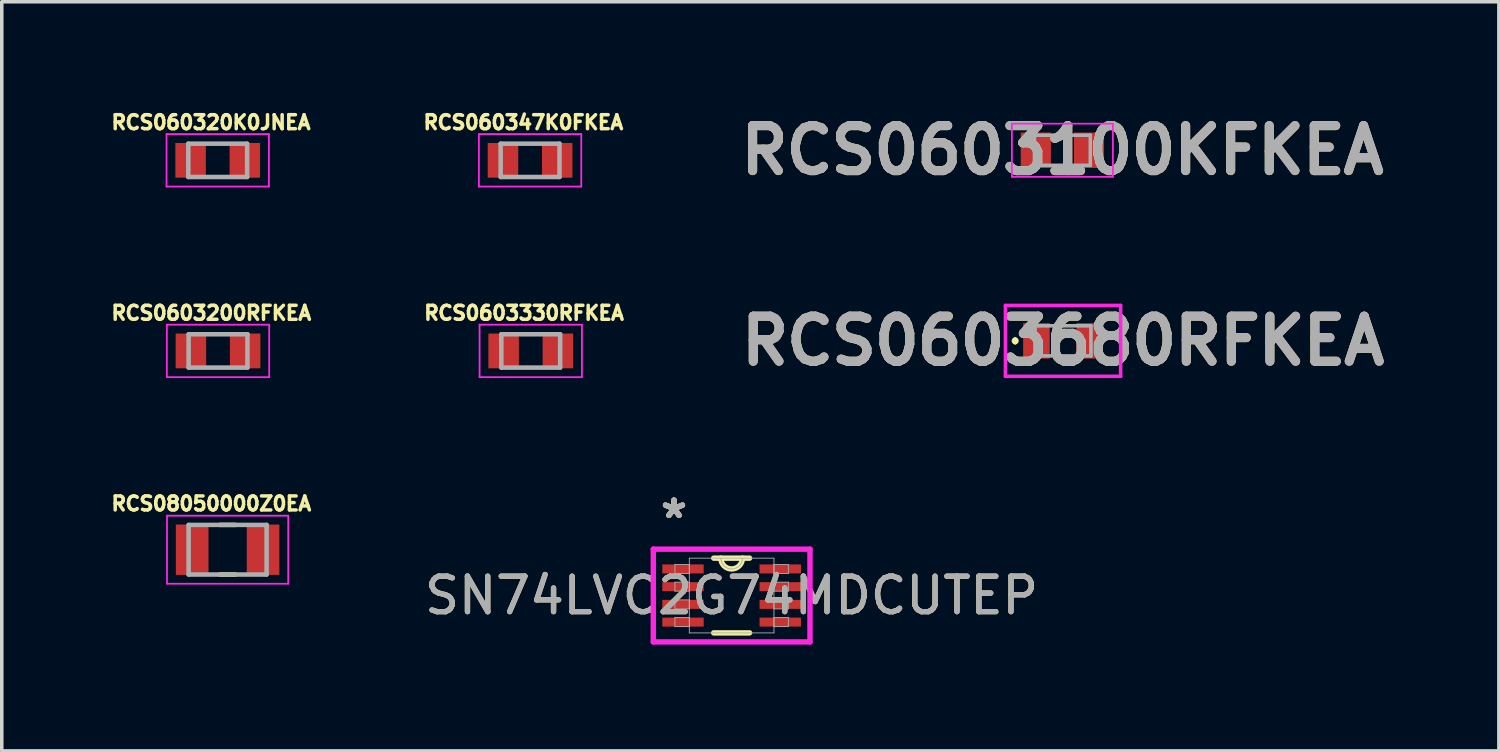
<source format=kicad_pcb>
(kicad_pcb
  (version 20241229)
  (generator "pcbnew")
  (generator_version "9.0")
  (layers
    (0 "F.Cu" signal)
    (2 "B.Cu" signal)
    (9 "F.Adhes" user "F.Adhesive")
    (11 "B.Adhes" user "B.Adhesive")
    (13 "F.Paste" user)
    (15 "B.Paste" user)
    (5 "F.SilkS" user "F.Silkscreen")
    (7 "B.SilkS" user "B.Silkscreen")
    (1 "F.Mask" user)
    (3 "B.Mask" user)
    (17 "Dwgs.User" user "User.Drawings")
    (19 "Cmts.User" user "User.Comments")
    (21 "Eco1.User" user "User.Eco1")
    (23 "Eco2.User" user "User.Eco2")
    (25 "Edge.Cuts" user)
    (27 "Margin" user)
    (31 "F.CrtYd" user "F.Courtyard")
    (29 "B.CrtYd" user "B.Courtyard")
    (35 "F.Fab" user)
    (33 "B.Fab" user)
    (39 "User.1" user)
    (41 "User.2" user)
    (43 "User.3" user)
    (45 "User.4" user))
  (footprint "RCS08050000Z0EA"
    (layer "F.Cu")
    (at 3.371 12.458)
    (property "Reference" "RCS08050000Z0EA" (at -0.46 -1.3 0) (layer "F.SilkS") (effects (font (size 0.394 0.394) (thickness 0.15))))
    (attr smd)
    (fp_line (start -0.22 -0.7) (end 0.22 -0.7) (stroke (width 0.127) (type solid)) (layer "F.SilkS"))
    (fp_line (start -0.22 0.7) (end 0.22 0.7) (stroke (width 0.127) (type solid)) (layer "F.SilkS"))
    (fp_line (start -1.71 -0.96) (end 1.71 -0.96) (stroke (width 0.05) (type solid)) (layer "F.CrtYd"))
    (fp_line (start -1.71 0.96) (end -1.71 -0.96) (stroke (width 0.05) (type solid)) (layer "F.CrtYd"))
    (fp_line (start -1.71 0.96) (end 1.71 0.96) (stroke (width 0.05) (type solid)) (layer "F.CrtYd"))
    (fp_line (start 1.71 0.96) (end 1.71 -0.96) (stroke (width 0.05) (type solid)) (layer "F.CrtYd"))
    (fp_line (start -1.1 0.7) (end -1.1 -0.7) (stroke (width 0.127) (type solid)) (layer "F.Fab"))
    (fp_line (start 1.1 -0.7) (end -1.1 -0.7) (stroke (width 0.127) (type solid)) (layer "F.Fab"))
    (fp_line (start 1.1 0.7) (end -1.1 0.7) (stroke (width 0.127) (type solid)) (layer "F.Fab"))
    (fp_line (start 1.1 0.7) (end 1.1 -0.7) (stroke (width 0.127) (type solid)) (layer "F.Fab"))
    (pad "1" smd rect (at -1 0) (size 0.92 1.42) (layers "F.Cu" "F.Mask" "F.Paste"))
    (pad "2" smd rect (at 1 0) (size 0.92 1.42) (layers "F.Cu" "F.Mask" "F.Paste")))
  (footprint "RCS0603330RFKEA"
    (layer "F.Cu")
    (at 11.923 6.85)
    (property "Reference" "RCS0603330RFKEA" (at -0.19 -1.07 0) (layer "F.SilkS") (effects (font (size 0.394 0.394) (thickness 0.15))))
    (attr smd)
    (fp_line (start -1.444 -0.74) (end 1.444 -0.74) (stroke (width 0.05) (type solid)) (layer "F.CrtYd"))
    (fp_line (start -1.444 0.74) (end -1.444 -0.74) (stroke (width 0.05) (type solid)) (layer "F.CrtYd"))
    (fp_line (start -1.444 0.74) (end 1.444 0.74) (stroke (width 0.05) (type solid)) (layer "F.CrtYd"))
    (fp_line (start 1.444 0.74) (end 1.444 -0.74) (stroke (width 0.05) (type solid)) (layer "F.CrtYd"))
    (fp_line (start -0.83 0.47) (end -0.83 -0.47) (stroke (width 0.127) (type solid)) (layer "F.Fab"))
    (fp_line (start 0.83 -0.47) (end -0.83 -0.47) (stroke (width 0.127) (type solid)) (layer "F.Fab"))
    (fp_line (start 0.83 0.47) (end -0.83 0.47) (stroke (width 0.127) (type solid)) (layer "F.Fab"))
    (fp_line (start 0.83 0.47) (end 0.83 -0.47) (stroke (width 0.127) (type solid)) (layer "F.Fab"))
    (pad "1" smd rect (at -0.765 0) (size 0.86 0.98) (layers "F.Cu" "F.Mask" "F.Paste"))
    (pad "2" smd rect (at 0.765 0) (size 0.86 0.98) (layers "F.Cu" "F.Mask" "F.Paste")))
  (footprint "RCS0603100KFKEA"
    (layer "F.Cu")
    (at 26.921 1.189)
    (property "Reference" "RCS0603100KFKEA" (at 0 0 0) (layer "F.SilkS") (effects (font (size 1.27 1.27) (thickness 0.254))))
    (attr smd)
    (fp_line (start -1.425 -0.75) (end 1.425 -0.75) (stroke (width 0.05) (type solid)) (layer "F.CrtYd"))
    (fp_line (start -1.425 0.75) (end -1.425 -0.75) (stroke (width 0.05) (type solid)) (layer "F.CrtYd"))
    (fp_line (start 1.425 -0.75) (end 1.425 0.75) (stroke (width 0.05) (type solid)) (layer "F.CrtYd"))
    (fp_line (start 1.425 0.75) (end -1.425 0.75) (stroke (width 0.05) (type solid)) (layer "F.CrtYd"))
    (fp_line (start -0.788 -0.425) (end 0.788 -0.425) (stroke (width 0.1) (type solid)) (layer "F.Fab"))
    (fp_line (start -0.788 0.425) (end -0.788 -0.425) (stroke (width 0.1) (type solid)) (layer "F.Fab"))
    (fp_line (start 0.788 -0.425) (end 0.788 0.425) (stroke (width 0.1) (type solid)) (layer "F.Fab"))
    (fp_line (start 0.788 0.425) (end -0.788 0.425) (stroke (width 0.1) (type solid)) (layer "F.Fab"))
    (fp_text user "${REFERENCE}" (at 0 0 0) (layer "F.Fab") (effects (font (size 1.27 1.27) (thickness 0.254))))
    (pad "1" smd rect (at -0.75 0) (size 0.85 1) (layers "F.Cu" "F.Mask" "F.Paste"))
    (pad "2" smd rect (at 0.75 0) (size 0.85 1) (layers "F.Cu" "F.Mask" "F.Paste")))
  (footprint "RCS0603200RFKEA"
    (layer "F.Cu")
    (at 3.101 6.85)
    (property "Reference" "RCS0603200RFKEA" (at -0.19 -1.07 0) (layer "F.SilkS") (effects (font (size 0.394 0.394) (thickness 0.15))))
    (attr smd)
    (fp_line (start -1.444 -0.74) (end 1.444 -0.74) (stroke (width 0.05) (type solid)) (layer "F.CrtYd"))
    (fp_line (start -1.444 0.74) (end -1.444 -0.74) (stroke (width 0.05) (type solid)) (layer "F.CrtYd"))
    (fp_line (start -1.444 0.74) (end 1.444 0.74) (stroke (width 0.05) (type solid)) (layer "F.CrtYd"))
    (fp_line (start 1.444 0.74) (end 1.444 -0.74) (stroke (width 0.05) (type solid)) (layer "F.CrtYd"))
    (fp_line (start -0.83 0.47) (end -0.83 -0.47) (stroke (width 0.127) (type solid)) (layer "F.Fab"))
    (fp_line (start 0.83 -0.47) (end -0.83 -0.47) (stroke (width 0.127) (type solid)) (layer "F.Fab"))
    (fp_line (start 0.83 0.47) (end -0.83 0.47) (stroke (width 0.127) (type solid)) (layer "F.Fab"))
    (fp_line (start 0.83 0.47) (end 0.83 -0.47) (stroke (width 0.127) (type solid)) (layer "F.Fab"))
    (pad "1" smd rect (at -0.765 0) (size 0.86 0.98) (layers "F.Cu" "F.Mask" "F.Paste"))
    (pad "2" smd rect (at 0.765 0) (size 0.86 0.98) (layers "F.Cu" "F.Mask" "F.Paste")))
  (footprint "SN74LVC2G74MDCUTEP"
    (layer "F.Cu")
    (at 17.59 13.75)
    (property "Reference" "SN74LVC2G74MDCUTEP" (at 0 0 0) (unlocked yes) (layer "F.SilkS") (effects (font (size 1 1) (thickness 0.15))))
    (attr smd)
    (fp_line (start -0.506 1.054) (end 0.506 1.054) (stroke (width 0.152) (type solid)) (layer "F.SilkS"))
    (fp_line (start 0.506 -1.054) (end -0.506 -1.054) (stroke (width 0.152) (type solid)) (layer "F.SilkS"))
    (fp_arc (start 0.3048 -1.0541) (mid 0 -0.7493) (end -0.3048 -1.0541) (stroke (width 0.1524) (type solid)) (layer "F.SilkS"))
    (fp_line (start -2.21 -1.308) (end 2.21 -1.308) (stroke (width 0.152) (type solid)) (layer "F.CrtYd"))
    (fp_line (start -2.21 1.308) (end -2.21 -1.308) (stroke (width 0.152) (type solid)) (layer "F.CrtYd"))
    (fp_line (start 2.21 -1.308) (end 2.21 1.308) (stroke (width 0.152) (type solid)) (layer "F.CrtYd"))
    (fp_line (start 2.21 1.308) (end -2.21 1.308) (stroke (width 0.152) (type solid)) (layer "F.CrtYd"))
    (fp_line (start -1.6 -0.877) (end -1.6 -0.623) (stroke (width 0.025) (type solid)) (layer "F.Fab"))
    (fp_line (start -1.6 -0.623) (end -1.194 -0.623) (stroke (width 0.025) (type solid)) (layer "F.Fab"))
    (fp_line (start -1.6 -0.377) (end -1.6 -0.123) (stroke (width 0.025) (type solid)) (layer "F.Fab"))
    (fp_line (start -1.6 -0.123) (end -1.194 -0.123) (stroke (width 0.025) (type solid)) (layer "F.Fab"))
    (fp_line (start -1.6 0.123) (end -1.6 0.377) (stroke (width 0.025) (type solid)) (layer "F.Fab"))
    (fp_line (start -1.6 0.377) (end -1.194 0.377) (stroke (width 0.025) (type solid)) (layer "F.Fab"))
    (fp_line (start -1.6 0.623) (end -1.6 0.877) (stroke (width 0.025) (type solid)) (layer "F.Fab"))
    (fp_line (start -1.6 0.877) (end -1.194 0.877) (stroke (width 0.025) (type solid)) (layer "F.Fab"))
    (fp_line (start -1.194 -1.054) (end -1.194 1.054) (stroke (width 0.025) (type solid)) (layer "F.Fab"))
    (fp_line (start -1.194 -0.877) (end -1.6 -0.877) (stroke (width 0.025) (type solid)) (layer "F.Fab"))
    (fp_line (start -1.194 -0.623) (end -1.194 -0.877) (stroke (width 0.025) (type solid)) (layer "F.Fab"))
    (fp_line (start -1.194 -0.377) (end -1.6 -0.377) (stroke (width 0.025) (type solid)) (layer "F.Fab"))
    (fp_line (start -1.194 -0.123) (end -1.194 -0.377) (stroke (width 0.025) (type solid)) (layer "F.Fab"))
    (fp_line (start -1.194 0.123) (end -1.6 0.123) (stroke (width 0.025) (type solid)) (layer "F.Fab"))
    (fp_line (start -1.194 0.377) (end -1.194 0.123) (stroke (width 0.025) (type solid)) (layer "F.Fab"))
    (fp_line (start -1.194 0.623) (end -1.6 0.623) (stroke (width 0.025) (type solid)) (layer "F.Fab"))
    (fp_line (start -1.194 0.877) (end -1.194 0.623) (stroke (width 0.025) (type solid)) (layer "F.Fab"))
    (fp_line (start -1.194 1.054) (end 1.194 1.054) (stroke (width 0.025) (type solid)) (layer "F.Fab"))
    (fp_line (start 1.194 -1.054) (end -1.194 -1.054) (stroke (width 0.025) (type solid)) (layer "F.Fab"))
    (fp_line (start 1.194 -0.877) (end 1.194 -0.623) (stroke (width 0.025) (type solid)) (layer "F.Fab"))
    (fp_line (start 1.194 -0.623) (end 1.6 -0.623) (stroke (width 0.025) (type solid)) (layer "F.Fab"))
    (fp_line (start 1.194 -0.377) (end 1.194 -0.123) (stroke (width 0.025) (type solid)) (layer "F.Fab"))
    (fp_line (start 1.194 -0.123) (end 1.6 -0.123) (stroke (width 0.025) (type solid)) (layer "F.Fab"))
    (fp_line (start 1.194 0.123) (end 1.194 0.377) (stroke (width 0.025) (type solid)) (layer "F.Fab"))
    (fp_line (start 1.194 0.377) (end 1.6 0.377) (stroke (width 0.025) (type solid)) (layer "F.Fab"))
    (fp_line (start 1.194 0.623) (end 1.194 0.877) (stroke (width 0.025) (type solid)) (layer "F.Fab"))
    (fp_line (start 1.194 0.877) (end 1.6 0.877) (stroke (width 0.025) (type solid)) (layer "F.Fab"))
    (fp_line (start 1.194 1.054) (end 1.194 -1.054) (stroke (width 0.025) (type solid)) (layer "F.Fab"))
    (fp_line (start 1.6 -0.877) (end 1.194 -0.877) (stroke (width 0.025) (type solid)) (layer "F.Fab"))
    (fp_line (start 1.6 -0.623) (end 1.6 -0.877) (stroke (width 0.025) (type solid)) (layer "F.Fab"))
    (fp_line (start 1.6 -0.377) (end 1.194 -0.377) (stroke (width 0.025) (type solid)) (layer "F.Fab"))
    (fp_line (start 1.6 -0.123) (end 1.6 -0.377) (stroke (width 0.025) (type solid)) (layer "F.Fab"))
    (fp_line (start 1.6 0.123) (end 1.194 0.123) (stroke (width 0.025) (type solid)) (layer "F.Fab"))
    (fp_line (start 1.6 0.377) (end 1.6 0.123) (stroke (width 0.025) (type solid)) (layer "F.Fab"))
    (fp_line (start 1.6 0.623) (end 1.194 0.623) (stroke (width 0.025) (type solid)) (layer "F.Fab"))
    (fp_line (start 1.6 0.877) (end 1.6 0.623) (stroke (width 0.025) (type solid)) (layer "F.Fab"))
    (fp_arc (start 0.3048 -1.0541) (mid 0 -0.7493) (end -0.3048 -1.0541) (stroke (width 0.0254) (type solid)) (layer "F.Fab"))
    (fp_text user "*" (at -1.626 -2.147 0) (unlocked yes) (layer "F.SilkS") (effects (font (size 1 1) (thickness 0.15))))
    (fp_text user "*" (at -1.626 -2.147 0) (layer "F.SilkS") (effects (font (size 1 1) (thickness 0.15))))
    (fp_text user "*" (at -1.626 -2.147 0) (unlocked yes) (layer "F.Fab") (effects (font (size 1 1) (thickness 0.15))))
    (fp_text user "*" (at -1.626 -2.147 0) (layer "F.Fab") (effects (font (size 1 1) (thickness 0.15))))
    (fp_text user "${REFERENCE}" (at 0 0 0) (unlocked yes) (layer "F.Fab") (effects (font (size 1 1) (thickness 0.15))))
    (pad "1" smd rect (at -1.372 -0.75) (size 1.168 0.254) (layers "F.Cu" "F.Mask" "F.Paste"))
    (pad "2" smd rect (at -1.372 -0.25) (size 1.168 0.254) (layers "F.Cu" "F.Mask" "F.Paste"))
    (pad "3" smd rect (at -1.372 0.25) (size 1.168 0.254) (layers "F.Cu" "F.Mask" "F.Paste"))
    (pad "4" smd rect (at -1.372 0.75) (size 1.168 0.254) (layers "F.Cu" "F.Mask" "F.Paste"))
    (pad "5" smd rect (at 1.372 0.75) (size 1.168 0.254) (layers "F.Cu" "F.Mask" "F.Paste"))
    (pad "6" smd rect (at 1.372 0.25) (size 1.168 0.254) (layers "F.Cu" "F.Mask" "F.Paste"))
    (pad "7" smd rect (at 1.372 -0.25) (size 1.168 0.254) (layers "F.Cu" "F.Mask" "F.Paste"))
    (pad "8" smd rect (at 1.372 -0.75) (size 1.168 0.254) (layers "F.Cu" "F.Mask" "F.Paste")))
  (footprint "RCS060320K0JNEA"
    (layer "F.Cu")
    (at 3.092 1.473)
    (property "Reference" "RCS060320K0JNEA" (at -0.19 -1.07 0) (layer "F.SilkS") (effects (font (size 0.394 0.394) (thickness 0.15))))
    (attr smd)
    (fp_line (start -1.444 -0.74) (end 1.444 -0.74) (stroke (width 0.05) (type solid)) (layer "F.CrtYd"))
    (fp_line (start -1.444 0.74) (end -1.444 -0.74) (stroke (width 0.05) (type solid)) (layer "F.CrtYd"))
    (fp_line (start -1.444 0.74) (end 1.444 0.74) (stroke (width 0.05) (type solid)) (layer "F.CrtYd"))
    (fp_line (start 1.444 0.74) (end 1.444 -0.74) (stroke (width 0.05) (type solid)) (layer "F.CrtYd"))
    (fp_line (start -0.83 0.47) (end -0.83 -0.47) (stroke (width 0.127) (type solid)) (layer "F.Fab"))
    (fp_line (start 0.83 -0.47) (end -0.83 -0.47) (stroke (width 0.127) (type solid)) (layer "F.Fab"))
    (fp_line (start 0.83 0.47) (end -0.83 0.47) (stroke (width 0.127) (type solid)) (layer "F.Fab"))
    (fp_line (start 0.83 0.47) (end 0.83 -0.47) (stroke (width 0.127) (type solid)) (layer "F.Fab"))
    (pad "1" smd rect (at -0.765 0) (size 0.86 0.98) (layers "F.Cu" "F.Mask" "F.Paste"))
    (pad "2" smd rect (at 0.765 0) (size 0.86 0.98) (layers "F.Cu" "F.Mask" "F.Paste")))
  (footprint "RCS060347K0FKEA"
    (layer "F.Cu")
    (at 11.904 1.473)
    (property "Reference" "RCS060347K0FKEA" (at -0.19 -1.07 0) (layer "F.SilkS") (effects (font (size 0.394 0.394) (thickness 0.15))))
    (attr smd)
    (fp_line (start -1.444 -0.74) (end 1.444 -0.74) (stroke (width 0.05) (type solid)) (layer "F.CrtYd"))
    (fp_line (start -1.444 0.74) (end -1.444 -0.74) (stroke (width 0.05) (type solid)) (layer "F.CrtYd"))
    (fp_line (start -1.444 0.74) (end 1.444 0.74) (stroke (width 0.05) (type solid)) (layer "F.CrtYd"))
    (fp_line (start 1.444 0.74) (end 1.444 -0.74) (stroke (width 0.05) (type solid)) (layer "F.CrtYd"))
    (fp_line (start -0.83 0.47) (end -0.83 -0.47) (stroke (width 0.127) (type solid)) (layer "F.Fab"))
    (fp_line (start 0.83 -0.47) (end -0.83 -0.47) (stroke (width 0.127) (type solid)) (layer "F.Fab"))
    (fp_line (start 0.83 0.47) (end -0.83 0.47) (stroke (width 0.127) (type solid)) (layer "F.Fab"))
    (fp_line (start 0.83 0.47) (end 0.83 -0.47) (stroke (width 0.127) (type solid)) (layer "F.Fab"))
    (pad "1" smd rect (at -0.765 0) (size 0.86 0.98) (layers "F.Cu" "F.Mask" "F.Paste"))
    (pad "2" smd rect (at 0.765 0) (size 0.86 0.98) (layers "F.Cu" "F.Mask" "F.Paste")))
  (footprint "RCS0603680RFKEA"
    (layer "F.Cu")
    (at 26.939 6.566)
    (property "Reference" "RCS0603680RFKEA" (at 0 0 0) (layer "F.SilkS") (effects (font (size 1.27 1.27) (thickness 0.254))))
    (attr smd)
    (fp_line (start -1.35 -0.05) (end -1.35 -0.05) (stroke (width 0.1) (type solid)) (layer "F.SilkS"))
    (fp_line (start -1.35 0.05) (end -1.35 0.05) (stroke (width 0.1) (type solid)) (layer "F.SilkS"))
    (fp_arc (start -1.35 -0.05) (mid -1.3 0) (end -1.35 0.05) (stroke (width 0.1) (type solid)) (layer "F.SilkS"))
    (fp_arc (start -1.35 0.05) (mid -1.4 0) (end -1.35 -0.05) (stroke (width 0.1) (type solid)) (layer "F.SilkS"))
    (fp_line (start -1.625 -1) (end 1.625 -1) (stroke (width 0.1) (type solid)) (layer "F.CrtYd"))
    (fp_line (start -1.625 1) (end -1.625 -1) (stroke (width 0.1) (type solid)) (layer "F.CrtYd"))
    (fp_line (start 1.625 -1) (end 1.625 1) (stroke (width 0.1) (type solid)) (layer "F.CrtYd"))
    (fp_line (start 1.625 1) (end -1.625 1) (stroke (width 0.1) (type solid)) (layer "F.CrtYd"))
    (fp_line (start -0.788 -0.425) (end 0.788 -0.425) (stroke (width 0.1) (type solid)) (layer "F.Fab"))
    (fp_line (start -0.788 0.425) (end -0.788 -0.425) (stroke (width 0.1) (type solid)) (layer "F.Fab"))
    (fp_line (start 0.788 -0.425) (end 0.788 0.425) (stroke (width 0.1) (type solid)) (layer "F.Fab"))
    (fp_line (start 0.788 0.425) (end -0.788 0.425) (stroke (width 0.1) (type solid)) (layer "F.Fab"))
    (fp_text user "${REFERENCE}" (at 0 0 0) (layer "F.Fab") (effects (font (size 1.27 1.27) (thickness 0.254))))
    (pad "1" smd rect (at -0.75 0) (size 0.75 1) (layers "F.Cu" "F.Mask" "F.Paste"))
    (pad "2" smd rect (at 0.75 0) (size 0.75 1) (layers "F.Cu" "F.Mask" "F.Paste")))
  (gr_rect
    (start -3 -3)
    (end 39.235 18.134)
    (stroke (width 0.1) (type default))
    (fill no)
    (layer "Edge.Cuts")))
</source>
